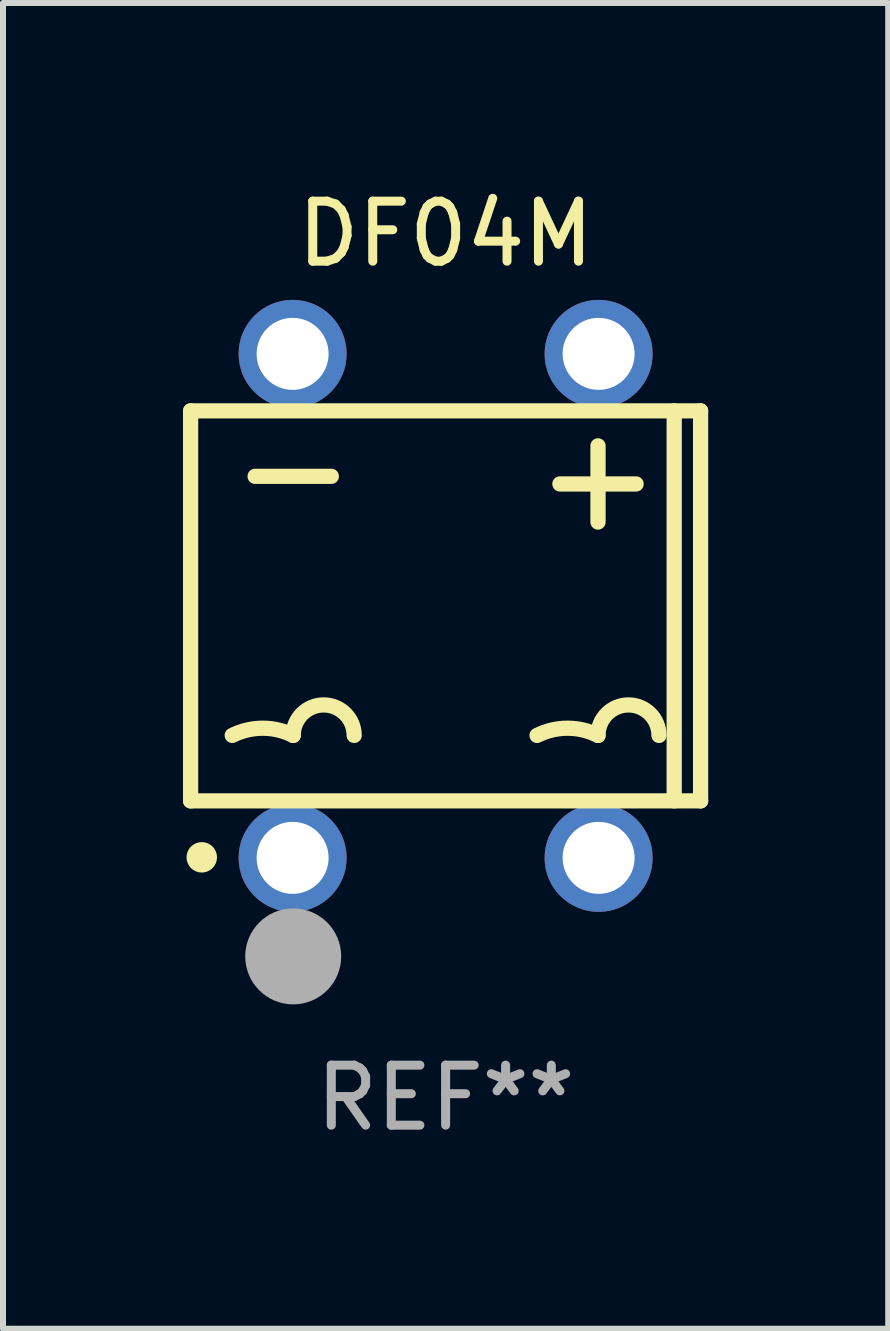
<source format=kicad_pcb>
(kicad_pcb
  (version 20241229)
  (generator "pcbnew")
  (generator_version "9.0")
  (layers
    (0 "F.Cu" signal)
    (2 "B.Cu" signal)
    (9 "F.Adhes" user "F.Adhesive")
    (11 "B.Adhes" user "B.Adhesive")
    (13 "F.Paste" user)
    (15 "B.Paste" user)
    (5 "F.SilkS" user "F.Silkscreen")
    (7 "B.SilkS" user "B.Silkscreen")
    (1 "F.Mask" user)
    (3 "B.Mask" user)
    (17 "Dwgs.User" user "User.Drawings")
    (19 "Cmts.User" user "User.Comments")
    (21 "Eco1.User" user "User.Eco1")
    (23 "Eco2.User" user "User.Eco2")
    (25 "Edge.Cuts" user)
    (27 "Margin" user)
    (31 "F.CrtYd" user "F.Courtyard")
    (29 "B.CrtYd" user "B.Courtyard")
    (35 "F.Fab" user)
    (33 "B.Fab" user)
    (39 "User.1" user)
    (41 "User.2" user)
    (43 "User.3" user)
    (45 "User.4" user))
  (footprint "DF04M"
    (layer "F.Cu")
    (at 4.377 7.048)
    (property "Reference" "DF04M" (at 0 -6.2 0) (layer "F.SilkS") (effects (font (size 1 1) (thickness 0.15))))
    (attr through_hole)
    (fp_line (start -4.25 -3.25) (end 4.25 -3.25) (stroke (width 0.254) (type solid)) (layer "F.SilkS"))
    (fp_line (start -4.25 3.25) (end -4.25 -3.25) (stroke (width 0.254) (type solid)) (layer "F.SilkS"))
    (fp_line (start -3.175 -2.159) (end -1.905 -2.159) (stroke (width 0.254) (type solid)) (layer "F.SilkS"))
    (fp_line (start 1.905 -2.032) (end 3.175 -2.032) (stroke (width 0.254) (type solid)) (layer "F.SilkS"))
    (fp_line (start 2.54 -1.397) (end 2.54 -2.667) (stroke (width 0.254) (type solid)) (layer "F.SilkS"))
    (fp_line (start 3.81 -3.25) (end 3.81 3.25) (stroke (width 0.254) (type solid)) (layer "F.SilkS"))
    (fp_line (start 4.25 -3.25) (end 4.25 3.25) (stroke (width 0.254) (type solid)) (layer "F.SilkS"))
    (fp_line (start 4.25 3.25) (end -4.25 3.25) (stroke (width 0.254) (type solid)) (layer "F.SilkS"))
    (fp_arc (start -3.556007 2.159004) (mid -3.048006 2.039081) (end -2.540005 2.159004) (stroke (width 0.254001) (type solid)) (layer "F.SilkS"))
    (fp_arc (start -2.540005 2.159004) (mid -2.032004 1.651003) (end -1.524003 2.159004) (stroke (width 0.254001) (type solid)) (layer "F.SilkS"))
    (fp_arc (start 1.524003 2.159004) (mid 2.032004 2.039081) (end 2.540005 2.159004) (stroke (width 0.254001) (type solid)) (layer "F.SilkS"))
    (fp_arc (start 2.540005 2.159004) (mid 3.048006 1.651003) (end 3.556007 2.159004) (stroke (width 0.254001) (type solid)) (layer "F.SilkS"))
    (fp_circle (center -4.16 4.125) (end -4.13 4.125) (stroke (width 0.06) (type solid)) (fill no) (layer "F.SilkS"))
    (fp_circle (center -4.064 4.191) (end -3.937 4.191) (stroke (width 0.254) (type solid)) (fill no) (layer "F.SilkS"))
    (fp_circle (center -2.54 5.842) (end -2.14 5.842) (stroke (width 0.8) (type solid)) (fill no) (layer "F.Fab"))
    (fp_text user "REF**" (at 0 8.2 0) (layer "F.Fab") (effects (font (size 1 1) (thickness 0.15))))
    (pad "1" thru_hole circle (at -2.55 4.2) (size 1.8 1.8) (drill 1.2) (layers "*.Cu" "*.Mask"))
    (pad "2" thru_hole circle (at 2.55 4.2) (size 1.8 1.8) (drill 1.2) (layers "*.Cu" "*.Mask"))
    (pad "3" thru_hole circle (at 2.55 -4.2) (size 1.8 1.8) (drill 1.2) (layers "*.Cu" "*.Mask"))
    (pad "4" thru_hole circle (at -2.55 -4.2) (size 1.8 1.8) (drill 1.2) (layers "*.Cu" "*.Mask")))
  (gr_rect
    (start -3 -3)
    (end 11.754 19.096)
    (stroke (width 0.1) (type default))
    (fill no)
    (layer "Edge.Cuts")))
</source>
